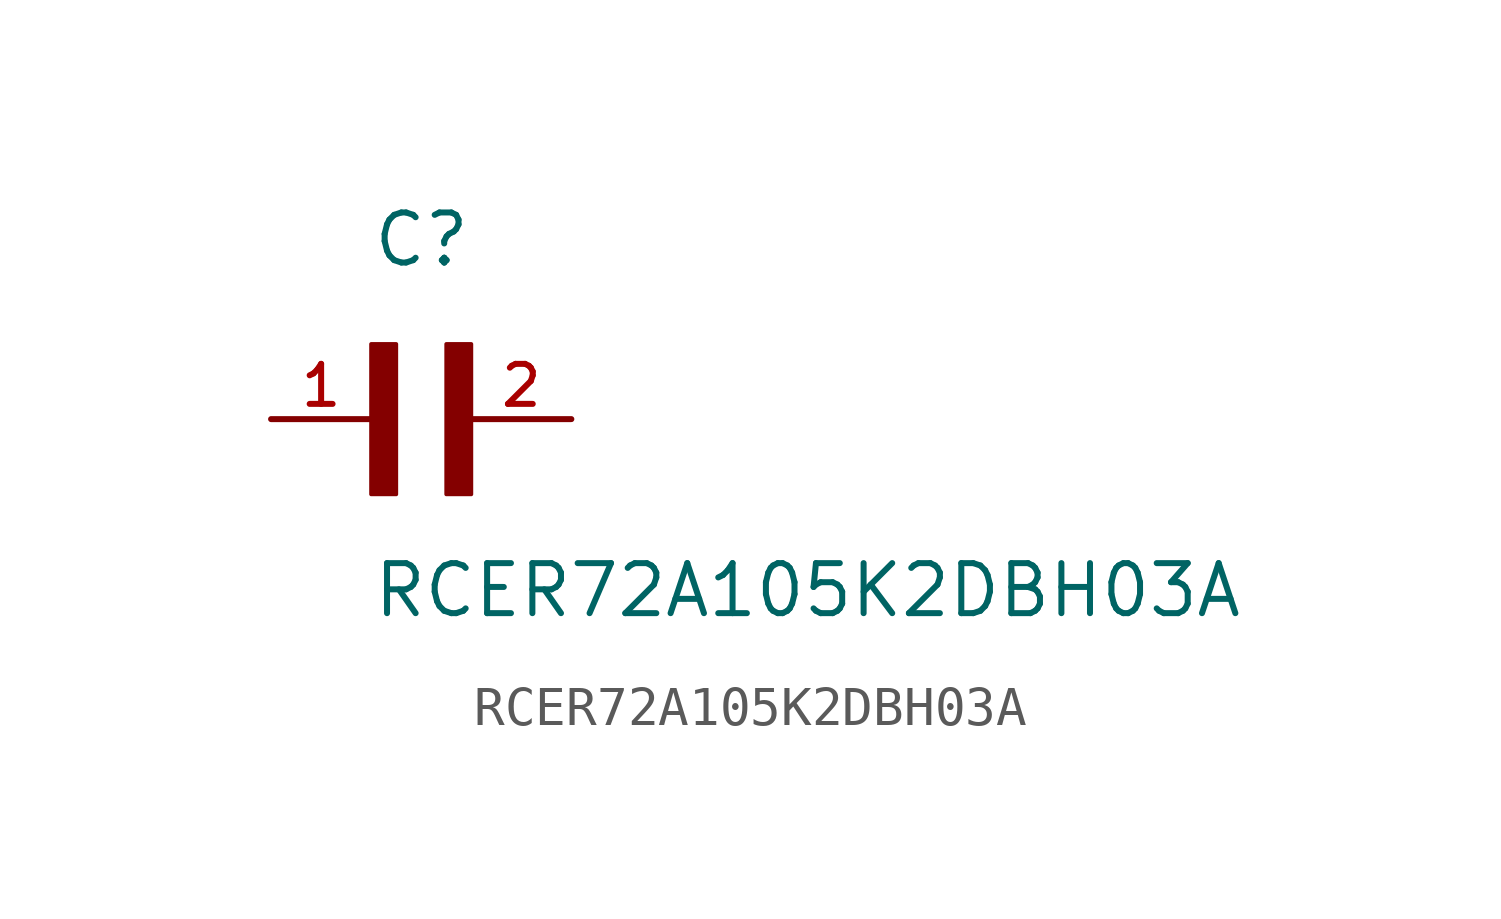
<source format=kicad_sym>
(kicad_symbol_lib
  (version 20211014)
  (generator kicad_symbol_editor)
  (symbol "RCER72A105K2DBH03A"
    (pin_names
      (offset 1.016))
    (property "Reference" "C"
      (at 0.0 3.811 0)
      (effects (font (size 1.27 1.27)) (justify bottom left)))
    (property "Value" "RCER72A105K2DBH03A"
      (at 0.0 -5.088 0)
      (effects (font (size 1.27 1.27)) (justify bottom left)))
    (symbol "RCER72A105K2DBH03A_0_0"
      (rectangle (start 0.0 -1.907) (end 0.635 1.905) (stroke (width 0.1)) (fill (type outline)))
      (rectangle (start 1.907 -1.907) (end 2.54 1.905) (stroke (width 0.1)) (fill (type outline)))
      (pin passive line (at 5.08 0.0 180.0) (length 2.54) (name "~" (effects (font (size 1.016 1.016)))) (number "2" (effects (font (size 1.016 1.016)))))
      (pin passive line (at -2.54 0.0 0) (length 2.54) (name "~" (effects (font (size 1.016 1.016)))) (number "1" (effects (font (size 1.016 1.016))))))))
</source>
